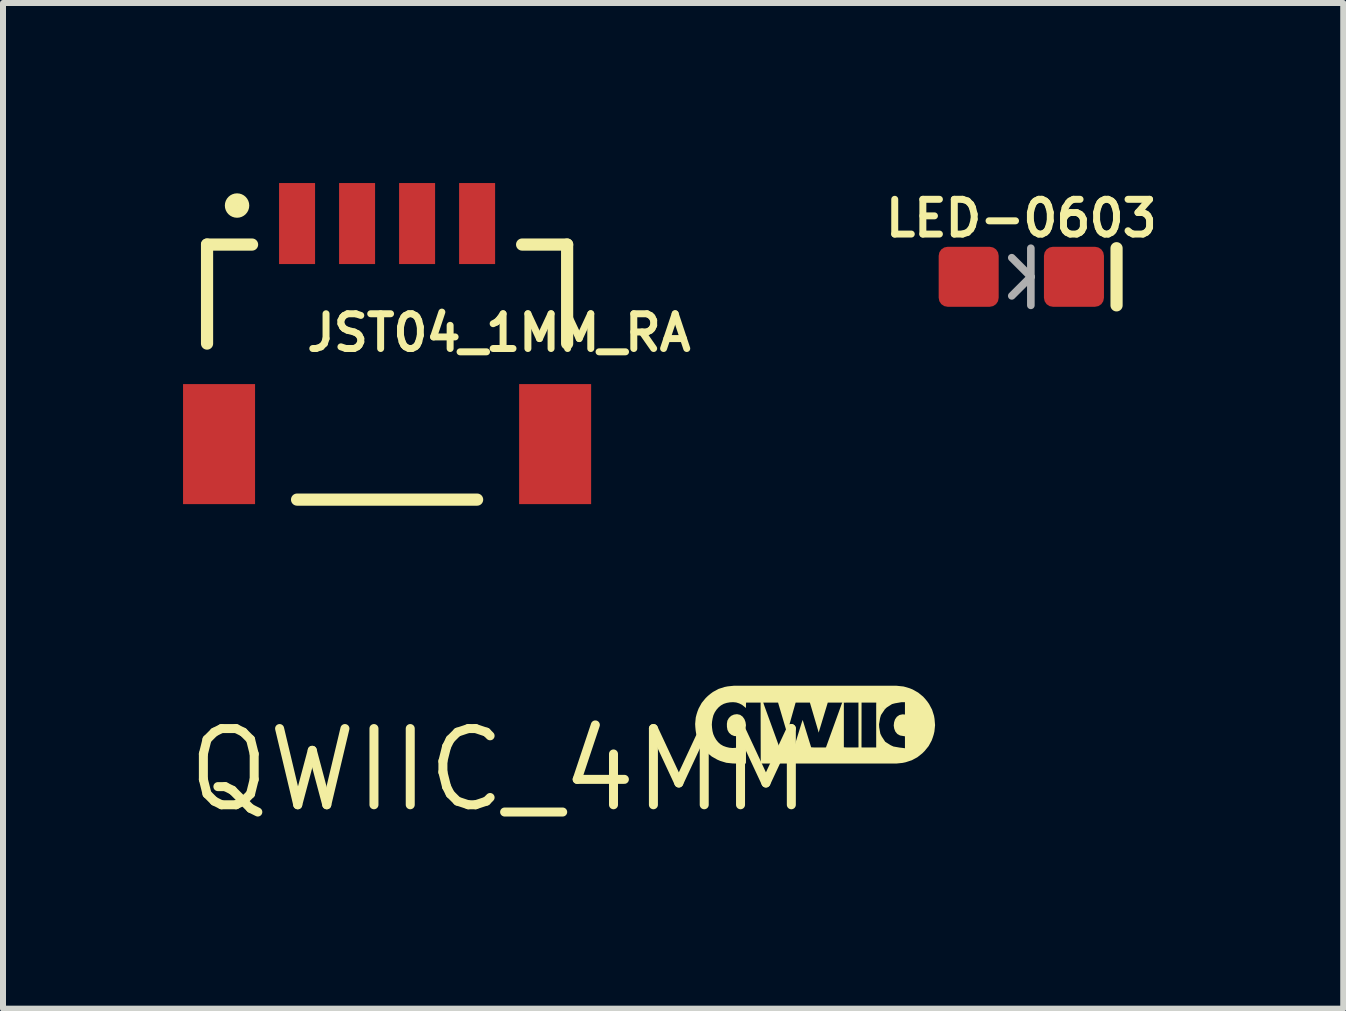
<source format=kicad_pcb>
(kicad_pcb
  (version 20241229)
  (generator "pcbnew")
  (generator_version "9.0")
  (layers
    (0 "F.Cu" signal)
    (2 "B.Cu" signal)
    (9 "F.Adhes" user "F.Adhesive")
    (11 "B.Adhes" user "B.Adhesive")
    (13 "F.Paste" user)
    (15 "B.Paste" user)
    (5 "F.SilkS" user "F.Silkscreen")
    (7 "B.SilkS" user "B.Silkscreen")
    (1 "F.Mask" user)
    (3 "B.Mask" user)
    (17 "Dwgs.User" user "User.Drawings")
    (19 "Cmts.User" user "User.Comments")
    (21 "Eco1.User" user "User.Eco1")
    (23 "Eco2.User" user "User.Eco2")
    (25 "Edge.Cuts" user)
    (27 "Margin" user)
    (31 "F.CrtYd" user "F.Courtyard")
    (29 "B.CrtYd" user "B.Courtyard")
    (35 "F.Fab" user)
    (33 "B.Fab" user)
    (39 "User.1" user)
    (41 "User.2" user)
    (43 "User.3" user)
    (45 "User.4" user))
  (footprint "LED-0603"
    (layer "F.Cu")
    (at 13.968 1.562)
    (property "Reference" "LED-0603" (at 0 -0.635 0) (layer "F.SilkS") (effects (font (size 0.579 0.579) (thickness 0.116)) (justify bottom)))
    (attr through_hole)
    (fp_line (start 1.587 -0.476) (end 1.587 0.476) (stroke (width 0.203) (type solid)) (layer "F.SilkS"))
    (fp_line (start 0.159 -0.476) (end 0.159 0) (stroke (width 0.127) (type solid)) (layer "F.Fab"))
    (fp_line (start 0.159 0) (end -0.159 -0.318) (stroke (width 0.127) (type solid)) (layer "F.Fab"))
    (fp_line (start 0.159 0) (end -0.159 0.318) (stroke (width 0.127) (type solid)) (layer "F.Fab"))
    (fp_line (start 0.159 0) (end 0.159 0.476) (stroke (width 0.127) (type solid)) (layer "F.Fab"))
    (pad "A" smd roundrect (at -0.877 0 270) (size 1 1) (layers "F.Cu" "F.Mask" "F.Paste") (roundrect_rratio 0.15))
    (pad "C" smd roundrect (at 0.877 0 270) (size 1 1) (layers "F.Cu" "F.Mask" "F.Paste") (roundrect_rratio 0.15)))
  (footprint "JST04_1MM_RA"
    (layer "F.Cu")
    (at 3.4 0.675)
    (property "Reference" "JST04_1MM_RA" (at -1.397 2.159 0) (layer "F.SilkS") (effects (font (size 0.579 0.579) (thickness 0.116)) (justify left bottom)))
    (attr through_hole)
    (fp_line (start -3 0.35) (end -2.25 0.35) (stroke (width 0.203) (type solid)) (layer "F.SilkS"))
    (fp_line (start -3 2) (end -3 0.35) (stroke (width 0.203) (type solid)) (layer "F.SilkS"))
    (fp_line (start -1.5 4.6) (end 1.5 4.6) (stroke (width 0.203) (type solid)) (layer "F.SilkS"))
    (fp_line (start 2.25 0.35) (end 3 0.35) (stroke (width 0.203) (type solid)) (layer "F.SilkS"))
    (fp_line (start 3 0.35) (end 3 2) (stroke (width 0.203) (type solid)) (layer "F.SilkS"))
    (fp_circle (center -2.5 -0.3) (end -2.398 -0.3) (stroke (width 0.203) (type solid)) (fill no) (layer "F.SilkS"))
    (pad "1" smd rect (at -1.5 0) (size 0.6 1.35) (layers "F.Cu" "F.Mask" "F.Paste"))
    (pad "2" smd rect (at -0.5 0) (size 0.6 1.35) (layers "F.Cu" "F.Mask" "F.Paste"))
    (pad "3" smd rect (at 0.5 0) (size 0.6 1.35) (layers "F.Cu" "F.Mask" "F.Paste"))
    (pad "4" smd rect (at 1.5 0) (size 0.6 1.35) (layers "F.Cu" "F.Mask" "F.Paste"))
    (pad "NC1" smd rect (at 2.8 3.675) (size 1.2 2) (layers "F.Cu" "F.Mask" "F.Paste"))
    (pad "NC2" smd rect (at -2.8 3.675) (size 1.2 2) (layers "F.Cu" "F.Mask" "F.Paste")))
  (footprint "QWIIC_4MM"
    (layer "F.Cu")
    (at 10.537 9.037)
    (property "Reference" "QWIIC_4MM" (at 0 0 0) (layer "F.SilkS") (effects (font (size 1.27 1.27) (thickness 0.15)) (justify right top)))
    (attr through_hole)
    (fp_poly (pts (xy -1.467 -0.078) (xy -1.475 -0.026) (xy -1.474 0.025) (xy -1.465 0.077) (xy -1.44 0.122) (xy -1.401 0.157) (xy -1.354 0.177) (xy -1.303 0.181) (xy -1.252 0.171) (xy -1.21 0.139) (xy -1.181 0.096) (xy -1.164 0.047) (xy -1.157 -0.004) (xy -1.165 -0.056) (xy -1.183 -0.104) (xy -1.213 -0.146) (xy -1.255 -0.176) (xy -1.306 -0.187) (xy -1.358 -0.18) (xy -1.404 -0.159) (xy -1.441 -0.124)) (stroke (width 0) (type solid)) (fill yes) (layer "F.SilkS"))
    (fp_poly (pts (xy 1.346 -0.661) (xy -1.355 -0.661) (xy -1.461 -0.65) (xy -1.513 -0.64) (xy -1.613 -0.608) (xy -1.707 -0.557) (xy -1.749 -0.526) (xy -1.79 -0.492) (xy -1.828 -0.456) (xy -1.895 -0.374) (xy -1.946 -0.281) (xy -1.965 -0.232) (xy -1.981 -0.181) (xy -1.994 -0.13) (xy -2.004 -0.024) (xy -2.001 0.028) (xy -1.996 0.081) (xy -1.988 0.133) (xy -1.956 0.234) (xy -1.907 0.328) (xy -1.877 0.371) (xy -1.809 0.452) (xy -1.727 0.519) (xy -1.635 0.571) (xy -1.586 0.592) (xy -1.485 0.623) (xy -1.38 0.634) (xy -1.327 0.636) (xy -1.158 0.636) (xy -1.157 0.594) (xy -1.157 0.277) (xy -1.188 0.307) (xy -1.23 0.339) (xy -1.278 0.361) (xy -1.33 0.374) (xy -1.382 0.377) (xy -1.435 0.372) (xy -1.486 0.36) (xy -1.536 0.342) (xy -1.582 0.315) (xy -1.621 0.28) (xy -1.654 0.239) (xy -1.681 0.193) (xy -1.702 0.145) (xy -1.715 0.094) (xy -1.722 0.041) (xy -1.726 -0.012) (xy -1.722 -0.064) (xy -1.713 -0.116) (xy -1.7 -0.168) (xy -1.678 -0.216) (xy -1.649 -0.26) (xy -1.614 -0.3) (xy -1.574 -0.333) (xy -1.527 -0.359) (xy -1.477 -0.375) (xy -1.425 -0.384) (xy -1.372 -0.387) (xy -1.32 -0.382) (xy -1.269 -0.366) (xy -1.222 -0.342) (xy -1.181 -0.309) (xy -1.157 -0.29) (xy -1.157 -0.351) (xy -1.155 -0.38) (xy -0.913 -0.38) (xy -0.913 -0.349) (xy -0.859 -0.352) (xy -0.869 -0.38) (xy -0.622 -0.38) (xy -0.615 -0.355) (xy -0.48 0.102) (xy -0.465 0.1) (xy -0.33 -0.379) (xy -0.295 -0.38) (xy -0.137 -0.38) (xy -0.092 -0.38) (xy 0.045 0.085) (xy 0.054 0.121) (xy 0.194 -0.341) (xy 0.206 -0.38) (xy 0.418 -0.38) (xy 0.486 -0.378) (xy 0.524 -0.38) (xy 0.719 -0.38) (xy 0.717 -0.368) (xy 0.769 -0.359) (xy 0.769 -0.38) (xy 1.014 -0.38) (xy 1.013 -0.343) (xy 1.159 -0.27) (xy 1.188 -0.298) (xy 1.277 -0.355) (xy 1.327 -0.368) (xy 1.432 -0.386) (xy 1.492 -0.386) (xy 1.492 -0.34) (xy 1.492 -0.181) (xy 1.452 -0.184) (xy 1.4 -0.173) (xy 1.357 -0.143) (xy 1.327 -0.1) (xy 1.311 -0.051) (xy 1.305 0.002) (xy 1.313 0.054) (xy 1.332 0.103) (xy 1.365 0.143) (xy 1.41 0.168) (xy 1.462 0.177) (xy 1.492 0.182) (xy 1.492 0.381) (xy 1.457 0.376) (xy 1.404 0.37) (xy 1.3 0.352) (xy 1.253 0.33) (xy 1.163 0.273) (xy 1.105 0.185) (xy 1.082 0.138) (xy 1.063 0.034) (xy 1.06 -0.018) (xy 1.078 -0.123) (xy 1.093 -0.173) (xy 1.158 -0.269) (xy 1.013 -0.345) (xy 1.013 0.368) (xy 1.001 0.368) (xy 0.789 0.368) (xy 0.768 0.367) (xy 0.769 -0.36) (xy 0.717 -0.368) (xy 0.718 0.367) (xy 0.682 0.368) (xy 0.524 0.368) (xy 0.474 0.365) (xy 0.474 -0.377) (xy 0.445 -0.377) (xy 0.433 -0.344) (xy 0.176 0.367) (xy 0.139 0.368) (xy -0.02 0.368) (xy -0.071 0.365) (xy -0.212 -0.09) (xy -0.228 -0.046) (xy -0.356 0.366) (xy -0.399 0.368) (xy -0.558 0.368) (xy -0.599 0.367) (xy -0.86 -0.352) (xy -0.913 -0.349) (xy -0.911 0.617) (xy -0.91 0.636) (xy 1.348 0.636) (xy 1.453 0.625) (xy 1.505 0.614) (xy 1.606 0.581) (xy 1.699 0.531) (xy 1.782 0.465) (xy 1.819 0.428) (xy 1.886 0.346) (xy 1.937 0.253) (xy 1.955 0.203) (xy 1.971 0.153) (xy 1.983 0.102) (xy 1.994 -0.004) (xy 1.985 -0.109) (xy 1.976 -0.161) (xy 1.944 -0.262) (xy 1.894 -0.356) (xy 1.864 -0.399) (xy 1.83 -0.44) (xy 1.795 -0.479) (xy 1.713 -0.546) (xy 1.621 -0.598) (xy 1.572 -0.618) (xy 1.47 -0.648) (xy 1.365 -0.659)) (stroke (width 0) (type solid)) (fill yes) (layer "F.SilkS")))
  (gr_rect
    (start -3 -3)
    (end 19.332 13.757)
    (stroke (width 0.1) (type default))
    (fill no)
    (layer "Edge.Cuts")))
</source>
